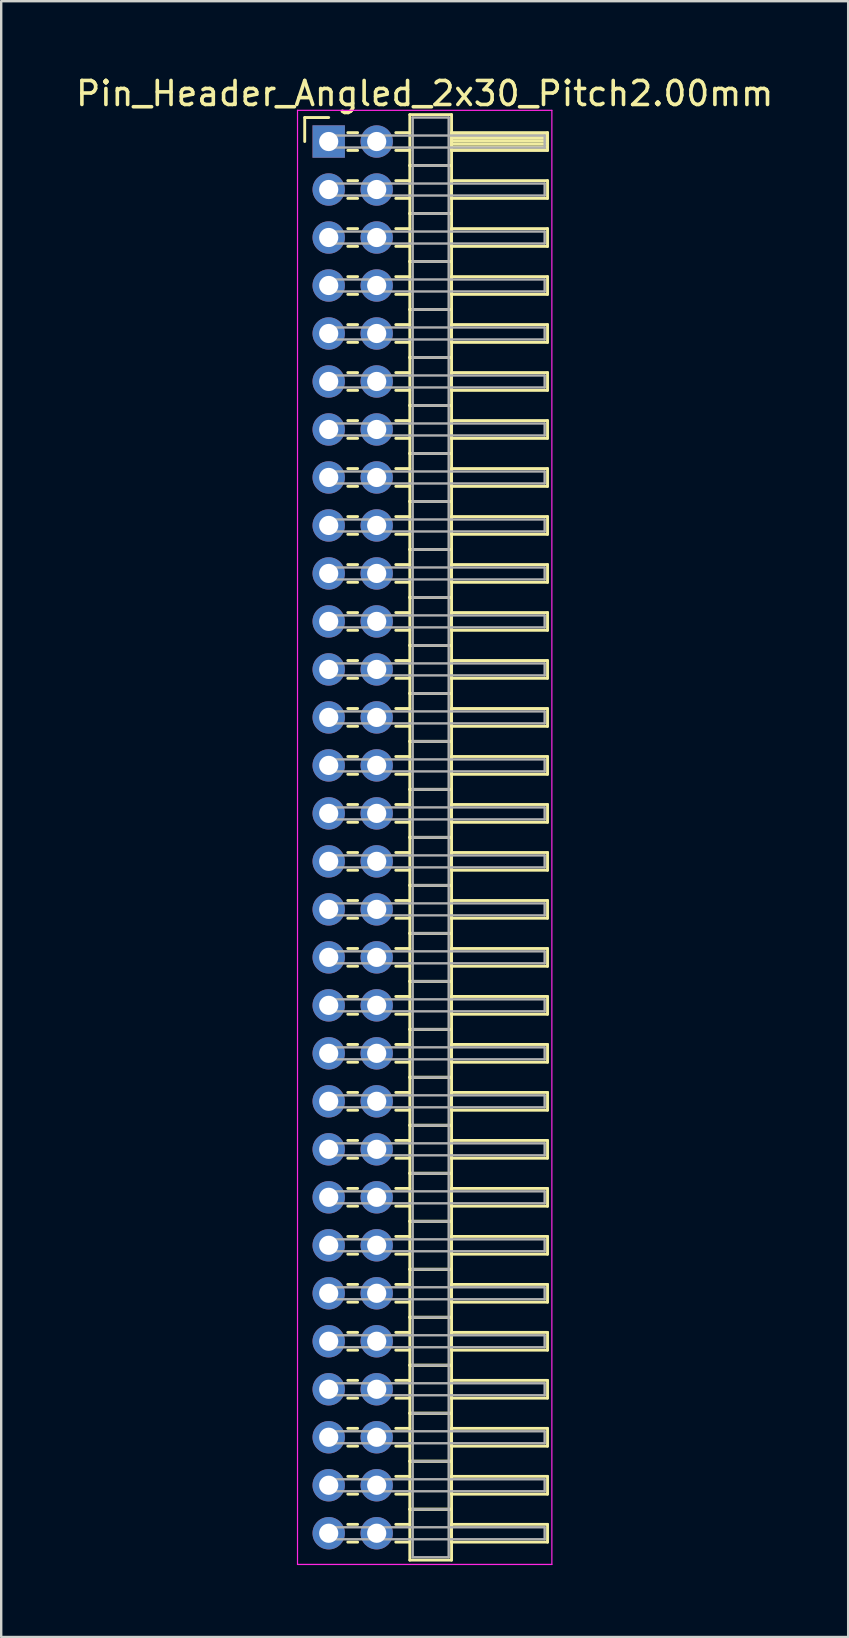
<source format=kicad_pcb>
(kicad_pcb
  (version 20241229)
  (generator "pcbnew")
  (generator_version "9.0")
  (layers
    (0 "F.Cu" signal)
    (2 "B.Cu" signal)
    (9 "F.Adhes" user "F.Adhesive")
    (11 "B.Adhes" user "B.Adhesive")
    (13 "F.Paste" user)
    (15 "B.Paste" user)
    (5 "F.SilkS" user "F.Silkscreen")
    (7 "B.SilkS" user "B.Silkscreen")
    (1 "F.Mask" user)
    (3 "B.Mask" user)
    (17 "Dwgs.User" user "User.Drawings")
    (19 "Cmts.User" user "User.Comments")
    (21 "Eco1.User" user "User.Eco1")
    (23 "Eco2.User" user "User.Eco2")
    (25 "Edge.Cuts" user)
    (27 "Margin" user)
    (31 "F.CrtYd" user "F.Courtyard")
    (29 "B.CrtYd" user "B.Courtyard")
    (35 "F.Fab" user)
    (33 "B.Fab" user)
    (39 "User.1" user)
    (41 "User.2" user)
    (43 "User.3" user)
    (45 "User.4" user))
  (footprint "Pin_Header_Angled_2x30_Pitch2.00mm"
    (layer "F.Cu")
    (at 10.649 2.848)
    (property "Reference" "Pin_Header_Angled_2x30_Pitch2.00mm" (at 4 -2 0) (layer "F.SilkS") (effects (font (size 1 1) (thickness 0.15))))
    (attr through_hole)
    (fp_line (start -1 -1) (end 0 -1) (stroke (width 0.12) (type solid)) (layer "F.SilkS"))
    (fp_line (start -1 0) (end -1 -1) (stroke (width 0.12) (type solid)) (layer "F.SilkS"))
    (fp_line (start 0.795 -0.37) (end 1.205 -0.37) (stroke (width 0.12) (type solid)) (layer "F.SilkS"))
    (fp_line (start 0.795 0.37) (end 1.205 0.37) (stroke (width 0.12) (type solid)) (layer "F.SilkS"))
    (fp_line (start 0.795 1.63) (end 1.205 1.63) (stroke (width 0.12) (type solid)) (layer "F.SilkS"))
    (fp_line (start 0.795 2.37) (end 1.205 2.37) (stroke (width 0.12) (type solid)) (layer "F.SilkS"))
    (fp_line (start 0.795 3.63) (end 1.205 3.63) (stroke (width 0.12) (type solid)) (layer "F.SilkS"))
    (fp_line (start 0.795 4.37) (end 1.205 4.37) (stroke (width 0.12) (type solid)) (layer "F.SilkS"))
    (fp_line (start 0.795 5.63) (end 1.205 5.63) (stroke (width 0.12) (type solid)) (layer "F.SilkS"))
    (fp_line (start 0.795 6.37) (end 1.205 6.37) (stroke (width 0.12) (type solid)) (layer "F.SilkS"))
    (fp_line (start 0.795 7.63) (end 1.205 7.63) (stroke (width 0.12) (type solid)) (layer "F.SilkS"))
    (fp_line (start 0.795 8.37) (end 1.205 8.37) (stroke (width 0.12) (type solid)) (layer "F.SilkS"))
    (fp_line (start 0.795 9.63) (end 1.205 9.63) (stroke (width 0.12) (type solid)) (layer "F.SilkS"))
    (fp_line (start 0.795 10.37) (end 1.205 10.37) (stroke (width 0.12) (type solid)) (layer "F.SilkS"))
    (fp_line (start 0.795 11.63) (end 1.205 11.63) (stroke (width 0.12) (type solid)) (layer "F.SilkS"))
    (fp_line (start 0.795 12.37) (end 1.205 12.37) (stroke (width 0.12) (type solid)) (layer "F.SilkS"))
    (fp_line (start 0.795 13.63) (end 1.205 13.63) (stroke (width 0.12) (type solid)) (layer "F.SilkS"))
    (fp_line (start 0.795 14.37) (end 1.205 14.37) (stroke (width 0.12) (type solid)) (layer "F.SilkS"))
    (fp_line (start 0.795 15.63) (end 1.205 15.63) (stroke (width 0.12) (type solid)) (layer "F.SilkS"))
    (fp_line (start 0.795 16.37) (end 1.205 16.37) (stroke (width 0.12) (type solid)) (layer "F.SilkS"))
    (fp_line (start 0.795 17.63) (end 1.205 17.63) (stroke (width 0.12) (type solid)) (layer "F.SilkS"))
    (fp_line (start 0.795 18.37) (end 1.205 18.37) (stroke (width 0.12) (type solid)) (layer "F.SilkS"))
    (fp_line (start 0.795 19.63) (end 1.205 19.63) (stroke (width 0.12) (type solid)) (layer "F.SilkS"))
    (fp_line (start 0.795 20.37) (end 1.205 20.37) (stroke (width 0.12) (type solid)) (layer "F.SilkS"))
    (fp_line (start 0.795 21.63) (end 1.205 21.63) (stroke (width 0.12) (type solid)) (layer "F.SilkS"))
    (fp_line (start 0.795 22.37) (end 1.205 22.37) (stroke (width 0.12) (type solid)) (layer "F.SilkS"))
    (fp_line (start 0.795 23.63) (end 1.205 23.63) (stroke (width 0.12) (type solid)) (layer "F.SilkS"))
    (fp_line (start 0.795 24.37) (end 1.205 24.37) (stroke (width 0.12) (type solid)) (layer "F.SilkS"))
    (fp_line (start 0.795 25.63) (end 1.205 25.63) (stroke (width 0.12) (type solid)) (layer "F.SilkS"))
    (fp_line (start 0.795 26.37) (end 1.205 26.37) (stroke (width 0.12) (type solid)) (layer "F.SilkS"))
    (fp_line (start 0.795 27.63) (end 1.205 27.63) (stroke (width 0.12) (type solid)) (layer "F.SilkS"))
    (fp_line (start 0.795 28.37) (end 1.205 28.37) (stroke (width 0.12) (type solid)) (layer "F.SilkS"))
    (fp_line (start 0.795 29.63) (end 1.205 29.63) (stroke (width 0.12) (type solid)) (layer "F.SilkS"))
    (fp_line (start 0.795 30.37) (end 1.205 30.37) (stroke (width 0.12) (type solid)) (layer "F.SilkS"))
    (fp_line (start 0.795 31.63) (end 1.205 31.63) (stroke (width 0.12) (type solid)) (layer "F.SilkS"))
    (fp_line (start 0.795 32.37) (end 1.205 32.37) (stroke (width 0.12) (type solid)) (layer "F.SilkS"))
    (fp_line (start 0.795 33.63) (end 1.205 33.63) (stroke (width 0.12) (type solid)) (layer "F.SilkS"))
    (fp_line (start 0.795 34.37) (end 1.205 34.37) (stroke (width 0.12) (type solid)) (layer "F.SilkS"))
    (fp_line (start 0.795 35.63) (end 1.205 35.63) (stroke (width 0.12) (type solid)) (layer "F.SilkS"))
    (fp_line (start 0.795 36.37) (end 1.205 36.37) (stroke (width 0.12) (type solid)) (layer "F.SilkS"))
    (fp_line (start 0.795 37.63) (end 1.205 37.63) (stroke (width 0.12) (type solid)) (layer "F.SilkS"))
    (fp_line (start 0.795 38.37) (end 1.205 38.37) (stroke (width 0.12) (type solid)) (layer "F.SilkS"))
    (fp_line (start 0.795 39.63) (end 1.205 39.63) (stroke (width 0.12) (type solid)) (layer "F.SilkS"))
    (fp_line (start 0.795 40.37) (end 1.205 40.37) (stroke (width 0.12) (type solid)) (layer "F.SilkS"))
    (fp_line (start 0.795 41.63) (end 1.205 41.63) (stroke (width 0.12) (type solid)) (layer "F.SilkS"))
    (fp_line (start 0.795 42.37) (end 1.205 42.37) (stroke (width 0.12) (type solid)) (layer "F.SilkS"))
    (fp_line (start 0.795 43.63) (end 1.205 43.63) (stroke (width 0.12) (type solid)) (layer "F.SilkS"))
    (fp_line (start 0.795 44.37) (end 1.205 44.37) (stroke (width 0.12) (type solid)) (layer "F.SilkS"))
    (fp_line (start 0.795 45.63) (end 1.205 45.63) (stroke (width 0.12) (type solid)) (layer "F.SilkS"))
    (fp_line (start 0.795 46.37) (end 1.205 46.37) (stroke (width 0.12) (type solid)) (layer "F.SilkS"))
    (fp_line (start 0.795 47.63) (end 1.205 47.63) (stroke (width 0.12) (type solid)) (layer "F.SilkS"))
    (fp_line (start 0.795 48.37) (end 1.205 48.37) (stroke (width 0.12) (type solid)) (layer "F.SilkS"))
    (fp_line (start 0.795 49.63) (end 1.205 49.63) (stroke (width 0.12) (type solid)) (layer "F.SilkS"))
    (fp_line (start 0.795 50.37) (end 1.205 50.37) (stroke (width 0.12) (type solid)) (layer "F.SilkS"))
    (fp_line (start 0.795 51.63) (end 1.205 51.63) (stroke (width 0.12) (type solid)) (layer "F.SilkS"))
    (fp_line (start 0.795 52.37) (end 1.205 52.37) (stroke (width 0.12) (type solid)) (layer "F.SilkS"))
    (fp_line (start 0.795 53.63) (end 1.205 53.63) (stroke (width 0.12) (type solid)) (layer "F.SilkS"))
    (fp_line (start 0.795 54.37) (end 1.205 54.37) (stroke (width 0.12) (type solid)) (layer "F.SilkS"))
    (fp_line (start 0.795 55.63) (end 1.205 55.63) (stroke (width 0.12) (type solid)) (layer "F.SilkS"))
    (fp_line (start 0.795 56.37) (end 1.205 56.37) (stroke (width 0.12) (type solid)) (layer "F.SilkS"))
    (fp_line (start 0.795 57.63) (end 1.205 57.63) (stroke (width 0.12) (type solid)) (layer "F.SilkS"))
    (fp_line (start 0.795 58.37) (end 1.205 58.37) (stroke (width 0.12) (type solid)) (layer "F.SilkS"))
    (fp_line (start 2.795 -0.37) (end 3.38 -0.37) (stroke (width 0.12) (type solid)) (layer "F.SilkS"))
    (fp_line (start 2.795 0.37) (end 3.38 0.37) (stroke (width 0.12) (type solid)) (layer "F.SilkS"))
    (fp_line (start 2.795 1.63) (end 3.38 1.63) (stroke (width 0.12) (type solid)) (layer "F.SilkS"))
    (fp_line (start 2.795 2.37) (end 3.38 2.37) (stroke (width 0.12) (type solid)) (layer "F.SilkS"))
    (fp_line (start 2.795 3.63) (end 3.38 3.63) (stroke (width 0.12) (type solid)) (layer "F.SilkS"))
    (fp_line (start 2.795 4.37) (end 3.38 4.37) (stroke (width 0.12) (type solid)) (layer "F.SilkS"))
    (fp_line (start 2.795 5.63) (end 3.38 5.63) (stroke (width 0.12) (type solid)) (layer "F.SilkS"))
    (fp_line (start 2.795 6.37) (end 3.38 6.37) (stroke (width 0.12) (type solid)) (layer "F.SilkS"))
    (fp_line (start 2.795 7.63) (end 3.38 7.63) (stroke (width 0.12) (type solid)) (layer "F.SilkS"))
    (fp_line (start 2.795 8.37) (end 3.38 8.37) (stroke (width 0.12) (type solid)) (layer "F.SilkS"))
    (fp_line (start 2.795 9.63) (end 3.38 9.63) (stroke (width 0.12) (type solid)) (layer "F.SilkS"))
    (fp_line (start 2.795 10.37) (end 3.38 10.37) (stroke (width 0.12) (type solid)) (layer "F.SilkS"))
    (fp_line (start 2.795 11.63) (end 3.38 11.63) (stroke (width 0.12) (type solid)) (layer "F.SilkS"))
    (fp_line (start 2.795 12.37) (end 3.38 12.37) (stroke (width 0.12) (type solid)) (layer "F.SilkS"))
    (fp_line (start 2.795 13.63) (end 3.38 13.63) (stroke (width 0.12) (type solid)) (layer "F.SilkS"))
    (fp_line (start 2.795 14.37) (end 3.38 14.37) (stroke (width 0.12) (type solid)) (layer "F.SilkS"))
    (fp_line (start 2.795 15.63) (end 3.38 15.63) (stroke (width 0.12) (type solid)) (layer "F.SilkS"))
    (fp_line (start 2.795 16.37) (end 3.38 16.37) (stroke (width 0.12) (type solid)) (layer "F.SilkS"))
    (fp_line (start 2.795 17.63) (end 3.38 17.63) (stroke (width 0.12) (type solid)) (layer "F.SilkS"))
    (fp_line (start 2.795 18.37) (end 3.38 18.37) (stroke (width 0.12) (type solid)) (layer "F.SilkS"))
    (fp_line (start 2.795 19.63) (end 3.38 19.63) (stroke (width 0.12) (type solid)) (layer "F.SilkS"))
    (fp_line (start 2.795 20.37) (end 3.38 20.37) (stroke (width 0.12) (type solid)) (layer "F.SilkS"))
    (fp_line (start 2.795 21.63) (end 3.38 21.63) (stroke (width 0.12) (type solid)) (layer "F.SilkS"))
    (fp_line (start 2.795 22.37) (end 3.38 22.37) (stroke (width 0.12) (type solid)) (layer "F.SilkS"))
    (fp_line (start 2.795 23.63) (end 3.38 23.63) (stroke (width 0.12) (type solid)) (layer "F.SilkS"))
    (fp_line (start 2.795 24.37) (end 3.38 24.37) (stroke (width 0.12) (type solid)) (layer "F.SilkS"))
    (fp_line (start 2.795 25.63) (end 3.38 25.63) (stroke (width 0.12) (type solid)) (layer "F.SilkS"))
    (fp_line (start 2.795 26.37) (end 3.38 26.37) (stroke (width 0.12) (type solid)) (layer "F.SilkS"))
    (fp_line (start 2.795 27.63) (end 3.38 27.63) (stroke (width 0.12) (type solid)) (layer "F.SilkS"))
    (fp_line (start 2.795 28.37) (end 3.38 28.37) (stroke (width 0.12) (type solid)) (layer "F.SilkS"))
    (fp_line (start 2.795 29.63) (end 3.38 29.63) (stroke (width 0.12) (type solid)) (layer "F.SilkS"))
    (fp_line (start 2.795 30.37) (end 3.38 30.37) (stroke (width 0.12) (type solid)) (layer "F.SilkS"))
    (fp_line (start 2.795 31.63) (end 3.38 31.63) (stroke (width 0.12) (type solid)) (layer "F.SilkS"))
    (fp_line (start 2.795 32.37) (end 3.38 32.37) (stroke (width 0.12) (type solid)) (layer "F.SilkS"))
    (fp_line (start 2.795 33.63) (end 3.38 33.63) (stroke (width 0.12) (type solid)) (layer "F.SilkS"))
    (fp_line (start 2.795 34.37) (end 3.38 34.37) (stroke (width 0.12) (type solid)) (layer "F.SilkS"))
    (fp_line (start 2.795 35.63) (end 3.38 35.63) (stroke (width 0.12) (type solid)) (layer "F.SilkS"))
    (fp_line (start 2.795 36.37) (end 3.38 36.37) (stroke (width 0.12) (type solid)) (layer "F.SilkS"))
    (fp_line (start 2.795 37.63) (end 3.38 37.63) (stroke (width 0.12) (type solid)) (layer "F.SilkS"))
    (fp_line (start 2.795 38.37) (end 3.38 38.37) (stroke (width 0.12) (type solid)) (layer "F.SilkS"))
    (fp_line (start 2.795 39.63) (end 3.38 39.63) (stroke (width 0.12) (type solid)) (layer "F.SilkS"))
    (fp_line (start 2.795 40.37) (end 3.38 40.37) (stroke (width 0.12) (type solid)) (layer "F.SilkS"))
    (fp_line (start 2.795 41.63) (end 3.38 41.63) (stroke (width 0.12) (type solid)) (layer "F.SilkS"))
    (fp_line (start 2.795 42.37) (end 3.38 42.37) (stroke (width 0.12) (type solid)) (layer "F.SilkS"))
    (fp_line (start 2.795 43.63) (end 3.38 43.63) (stroke (width 0.12) (type solid)) (layer "F.SilkS"))
    (fp_line (start 2.795 44.37) (end 3.38 44.37) (stroke (width 0.12) (type solid)) (layer "F.SilkS"))
    (fp_line (start 2.795 45.63) (end 3.38 45.63) (stroke (width 0.12) (type solid)) (layer "F.SilkS"))
    (fp_line (start 2.795 46.37) (end 3.38 46.37) (stroke (width 0.12) (type solid)) (layer "F.SilkS"))
    (fp_line (start 2.795 47.63) (end 3.38 47.63) (stroke (width 0.12) (type solid)) (layer "F.SilkS"))
    (fp_line (start 2.795 48.37) (end 3.38 48.37) (stroke (width 0.12) (type solid)) (layer "F.SilkS"))
    (fp_line (start 2.795 49.63) (end 3.38 49.63) (stroke (width 0.12) (type solid)) (layer "F.SilkS"))
    (fp_line (start 2.795 50.37) (end 3.38 50.37) (stroke (width 0.12) (type solid)) (layer "F.SilkS"))
    (fp_line (start 2.795 51.63) (end 3.38 51.63) (stroke (width 0.12) (type solid)) (layer "F.SilkS"))
    (fp_line (start 2.795 52.37) (end 3.38 52.37) (stroke (width 0.12) (type solid)) (layer "F.SilkS"))
    (fp_line (start 2.795 53.63) (end 3.38 53.63) (stroke (width 0.12) (type solid)) (layer "F.SilkS"))
    (fp_line (start 2.795 54.37) (end 3.38 54.37) (stroke (width 0.12) (type solid)) (layer "F.SilkS"))
    (fp_line (start 2.795 55.63) (end 3.38 55.63) (stroke (width 0.12) (type solid)) (layer "F.SilkS"))
    (fp_line (start 2.795 56.37) (end 3.38 56.37) (stroke (width 0.12) (type solid)) (layer "F.SilkS"))
    (fp_line (start 2.795 57.63) (end 3.38 57.63) (stroke (width 0.12) (type solid)) (layer "F.SilkS"))
    (fp_line (start 2.795 58.37) (end 3.38 58.37) (stroke (width 0.12) (type solid)) (layer "F.SilkS"))
    (fp_line (start 3.38 -1.12) (end 3.38 1) (stroke (width 0.12) (type solid)) (layer "F.SilkS"))
    (fp_line (start 3.38 1) (end 3.38 3) (stroke (width 0.12) (type solid)) (layer "F.SilkS"))
    (fp_line (start 3.38 1) (end 5.12 1) (stroke (width 0.12) (type solid)) (layer "F.SilkS"))
    (fp_line (start 3.38 3) (end 3.38 5) (stroke (width 0.12) (type solid)) (layer "F.SilkS"))
    (fp_line (start 3.38 3) (end 5.12 3) (stroke (width 0.12) (type solid)) (layer "F.SilkS"))
    (fp_line (start 3.38 5) (end 3.38 7) (stroke (width 0.12) (type solid)) (layer "F.SilkS"))
    (fp_line (start 3.38 5) (end 5.12 5) (stroke (width 0.12) (type solid)) (layer "F.SilkS"))
    (fp_line (start 3.38 7) (end 3.38 9) (stroke (width 0.12) (type solid)) (layer "F.SilkS"))
    (fp_line (start 3.38 7) (end 5.12 7) (stroke (width 0.12) (type solid)) (layer "F.SilkS"))
    (fp_line (start 3.38 9) (end 3.38 11) (stroke (width 0.12) (type solid)) (layer "F.SilkS"))
    (fp_line (start 3.38 9) (end 5.12 9) (stroke (width 0.12) (type solid)) (layer "F.SilkS"))
    (fp_line (start 3.38 11) (end 3.38 13) (stroke (width 0.12) (type solid)) (layer "F.SilkS"))
    (fp_line (start 3.38 11) (end 5.12 11) (stroke (width 0.12) (type solid)) (layer "F.SilkS"))
    (fp_line (start 3.38 13) (end 3.38 15) (stroke (width 0.12) (type solid)) (layer "F.SilkS"))
    (fp_line (start 3.38 13) (end 5.12 13) (stroke (width 0.12) (type solid)) (layer "F.SilkS"))
    (fp_line (start 3.38 15) (end 3.38 17) (stroke (width 0.12) (type solid)) (layer "F.SilkS"))
    (fp_line (start 3.38 15) (end 5.12 15) (stroke (width 0.12) (type solid)) (layer "F.SilkS"))
    (fp_line (start 3.38 17) (end 3.38 19) (stroke (width 0.12) (type solid)) (layer "F.SilkS"))
    (fp_line (start 3.38 17) (end 5.12 17) (stroke (width 0.12) (type solid)) (layer "F.SilkS"))
    (fp_line (start 3.38 19) (end 3.38 21) (stroke (width 0.12) (type solid)) (layer "F.SilkS"))
    (fp_line (start 3.38 19) (end 5.12 19) (stroke (width 0.12) (type solid)) (layer "F.SilkS"))
    (fp_line (start 3.38 21) (end 3.38 23) (stroke (width 0.12) (type solid)) (layer "F.SilkS"))
    (fp_line (start 3.38 21) (end 5.12 21) (stroke (width 0.12) (type solid)) (layer "F.SilkS"))
    (fp_line (start 3.38 23) (end 3.38 25) (stroke (width 0.12) (type solid)) (layer "F.SilkS"))
    (fp_line (start 3.38 23) (end 5.12 23) (stroke (width 0.12) (type solid)) (layer "F.SilkS"))
    (fp_line (start 3.38 25) (end 3.38 27) (stroke (width 0.12) (type solid)) (layer "F.SilkS"))
    (fp_line (start 3.38 25) (end 5.12 25) (stroke (width 0.12) (type solid)) (layer "F.SilkS"))
    (fp_line (start 3.38 27) (end 3.38 29) (stroke (width 0.12) (type solid)) (layer "F.SilkS"))
    (fp_line (start 3.38 27) (end 5.12 27) (stroke (width 0.12) (type solid)) (layer "F.SilkS"))
    (fp_line (start 3.38 29) (end 3.38 31) (stroke (width 0.12) (type solid)) (layer "F.SilkS"))
    (fp_line (start 3.38 29) (end 5.12 29) (stroke (width 0.12) (type solid)) (layer "F.SilkS"))
    (fp_line (start 3.38 31) (end 3.38 33) (stroke (width 0.12) (type solid)) (layer "F.SilkS"))
    (fp_line (start 3.38 31) (end 5.12 31) (stroke (width 0.12) (type solid)) (layer "F.SilkS"))
    (fp_line (start 3.38 33) (end 3.38 35) (stroke (width 0.12) (type solid)) (layer "F.SilkS"))
    (fp_line (start 3.38 33) (end 5.12 33) (stroke (width 0.12) (type solid)) (layer "F.SilkS"))
    (fp_line (start 3.38 35) (end 3.38 37) (stroke (width 0.12) (type solid)) (layer "F.SilkS"))
    (fp_line (start 3.38 35) (end 5.12 35) (stroke (width 0.12) (type solid)) (layer "F.SilkS"))
    (fp_line (start 3.38 37) (end 3.38 39) (stroke (width 0.12) (type solid)) (layer "F.SilkS"))
    (fp_line (start 3.38 37) (end 5.12 37) (stroke (width 0.12) (type solid)) (layer "F.SilkS"))
    (fp_line (start 3.38 39) (end 3.38 41) (stroke (width 0.12) (type solid)) (layer "F.SilkS"))
    (fp_line (start 3.38 39) (end 5.12 39) (stroke (width 0.12) (type solid)) (layer "F.SilkS"))
    (fp_line (start 3.38 41) (end 3.38 43) (stroke (width 0.12) (type solid)) (layer "F.SilkS"))
    (fp_line (start 3.38 41) (end 5.12 41) (stroke (width 0.12) (type solid)) (layer "F.SilkS"))
    (fp_line (start 3.38 43) (end 3.38 45) (stroke (width 0.12) (type solid)) (layer "F.SilkS"))
    (fp_line (start 3.38 43) (end 5.12 43) (stroke (width 0.12) (type solid)) (layer "F.SilkS"))
    (fp_line (start 3.38 45) (end 3.38 47) (stroke (width 0.12) (type solid)) (layer "F.SilkS"))
    (fp_line (start 3.38 45) (end 5.12 45) (stroke (width 0.12) (type solid)) (layer "F.SilkS"))
    (fp_line (start 3.38 47) (end 3.38 49) (stroke (width 0.12) (type solid)) (layer "F.SilkS"))
    (fp_line (start 3.38 47) (end 5.12 47) (stroke (width 0.12) (type solid)) (layer "F.SilkS"))
    (fp_line (start 3.38 49) (end 3.38 51) (stroke (width 0.12) (type solid)) (layer "F.SilkS"))
    (fp_line (start 3.38 49) (end 5.12 49) (stroke (width 0.12) (type solid)) (layer "F.SilkS"))
    (fp_line (start 3.38 51) (end 3.38 53) (stroke (width 0.12) (type solid)) (layer "F.SilkS"))
    (fp_line (start 3.38 51) (end 5.12 51) (stroke (width 0.12) (type solid)) (layer "F.SilkS"))
    (fp_line (start 3.38 53) (end 3.38 55) (stroke (width 0.12) (type solid)) (layer "F.SilkS"))
    (fp_line (start 3.38 53) (end 5.12 53) (stroke (width 0.12) (type solid)) (layer "F.SilkS"))
    (fp_line (start 3.38 55) (end 3.38 57) (stroke (width 0.12) (type solid)) (layer "F.SilkS"))
    (fp_line (start 3.38 55) (end 5.12 55) (stroke (width 0.12) (type solid)) (layer "F.SilkS"))
    (fp_line (start 3.38 57) (end 3.38 59.12) (stroke (width 0.12) (type solid)) (layer "F.SilkS"))
    (fp_line (start 3.38 57) (end 5.12 57) (stroke (width 0.12) (type solid)) (layer "F.SilkS"))
    (fp_line (start 3.38 59.12) (end 5.12 59.12) (stroke (width 0.12) (type solid)) (layer "F.SilkS"))
    (fp_line (start 5.12 -1.12) (end 3.38 -1.12) (stroke (width 0.12) (type solid)) (layer "F.SilkS"))
    (fp_line (start 5.12 -0.37) (end 5.12 0.37) (stroke (width 0.12) (type solid)) (layer "F.SilkS"))
    (fp_line (start 5.12 -0.25) (end 9.12 -0.25) (stroke (width 0.12) (type solid)) (layer "F.SilkS"))
    (fp_line (start 5.12 -0.13) (end 9.12 -0.13) (stroke (width 0.12) (type solid)) (layer "F.SilkS"))
    (fp_line (start 5.12 -0.01) (end 9.12 -0.01) (stroke (width 0.12) (type solid)) (layer "F.SilkS"))
    (fp_line (start 5.12 0.11) (end 9.12 0.11) (stroke (width 0.12) (type solid)) (layer "F.SilkS"))
    (fp_line (start 5.12 0.23) (end 9.12 0.23) (stroke (width 0.12) (type solid)) (layer "F.SilkS"))
    (fp_line (start 5.12 0.35) (end 9.12 0.35) (stroke (width 0.12) (type solid)) (layer "F.SilkS"))
    (fp_line (start 5.12 0.37) (end 9.12 0.37) (stroke (width 0.12) (type solid)) (layer "F.SilkS"))
    (fp_line (start 5.12 1) (end 3.38 1) (stroke (width 0.12) (type solid)) (layer "F.SilkS"))
    (fp_line (start 5.12 1) (end 5.12 -1.12) (stroke (width 0.12) (type solid)) (layer "F.SilkS"))
    (fp_line (start 5.12 1.63) (end 5.12 2.37) (stroke (width 0.12) (type solid)) (layer "F.SilkS"))
    (fp_line (start 5.12 2.37) (end 9.12 2.37) (stroke (width 0.12) (type solid)) (layer "F.SilkS"))
    (fp_line (start 5.12 3) (end 3.38 3) (stroke (width 0.12) (type solid)) (layer "F.SilkS"))
    (fp_line (start 5.12 3) (end 5.12 1) (stroke (width 0.12) (type solid)) (layer "F.SilkS"))
    (fp_line (start 5.12 3.63) (end 5.12 4.37) (stroke (width 0.12) (type solid)) (layer "F.SilkS"))
    (fp_line (start 5.12 4.37) (end 9.12 4.37) (stroke (width 0.12) (type solid)) (layer "F.SilkS"))
    (fp_line (start 5.12 5) (end 3.38 5) (stroke (width 0.12) (type solid)) (layer "F.SilkS"))
    (fp_line (start 5.12 5) (end 5.12 3) (stroke (width 0.12) (type solid)) (layer "F.SilkS"))
    (fp_line (start 5.12 5.63) (end 5.12 6.37) (stroke (width 0.12) (type solid)) (layer "F.SilkS"))
    (fp_line (start 5.12 6.37) (end 9.12 6.37) (stroke (width 0.12) (type solid)) (layer "F.SilkS"))
    (fp_line (start 5.12 7) (end 3.38 7) (stroke (width 0.12) (type solid)) (layer "F.SilkS"))
    (fp_line (start 5.12 7) (end 5.12 5) (stroke (width 0.12) (type solid)) (layer "F.SilkS"))
    (fp_line (start 5.12 7.63) (end 5.12 8.37) (stroke (width 0.12) (type solid)) (layer "F.SilkS"))
    (fp_line (start 5.12 8.37) (end 9.12 8.37) (stroke (width 0.12) (type solid)) (layer "F.SilkS"))
    (fp_line (start 5.12 9) (end 3.38 9) (stroke (width 0.12) (type solid)) (layer "F.SilkS"))
    (fp_line (start 5.12 9) (end 5.12 7) (stroke (width 0.12) (type solid)) (layer "F.SilkS"))
    (fp_line (start 5.12 9.63) (end 5.12 10.37) (stroke (width 0.12) (type solid)) (layer "F.SilkS"))
    (fp_line (start 5.12 10.37) (end 9.12 10.37) (stroke (width 0.12) (type solid)) (layer "F.SilkS"))
    (fp_line (start 5.12 11) (end 3.38 11) (stroke (width 0.12) (type solid)) (layer "F.SilkS"))
    (fp_line (start 5.12 11) (end 5.12 9) (stroke (width 0.12) (type solid)) (layer "F.SilkS"))
    (fp_line (start 5.12 11.63) (end 5.12 12.37) (stroke (width 0.12) (type solid)) (layer "F.SilkS"))
    (fp_line (start 5.12 12.37) (end 9.12 12.37) (stroke (width 0.12) (type solid)) (layer "F.SilkS"))
    (fp_line (start 5.12 13) (end 3.38 13) (stroke (width 0.12) (type solid)) (layer "F.SilkS"))
    (fp_line (start 5.12 13) (end 5.12 11) (stroke (width 0.12) (type solid)) (layer "F.SilkS"))
    (fp_line (start 5.12 13.63) (end 5.12 14.37) (stroke (width 0.12) (type solid)) (layer "F.SilkS"))
    (fp_line (start 5.12 14.37) (end 9.12 14.37) (stroke (width 0.12) (type solid)) (layer "F.SilkS"))
    (fp_line (start 5.12 15) (end 3.38 15) (stroke (width 0.12) (type solid)) (layer "F.SilkS"))
    (fp_line (start 5.12 15) (end 5.12 13) (stroke (width 0.12) (type solid)) (layer "F.SilkS"))
    (fp_line (start 5.12 15.63) (end 5.12 16.37) (stroke (width 0.12) (type solid)) (layer "F.SilkS"))
    (fp_line (start 5.12 16.37) (end 9.12 16.37) (stroke (width 0.12) (type solid)) (layer "F.SilkS"))
    (fp_line (start 5.12 17) (end 3.38 17) (stroke (width 0.12) (type solid)) (layer "F.SilkS"))
    (fp_line (start 5.12 17) (end 5.12 15) (stroke (width 0.12) (type solid)) (layer "F.SilkS"))
    (fp_line (start 5.12 17.63) (end 5.12 18.37) (stroke (width 0.12) (type solid)) (layer "F.SilkS"))
    (fp_line (start 5.12 18.37) (end 9.12 18.37) (stroke (width 0.12) (type solid)) (layer "F.SilkS"))
    (fp_line (start 5.12 19) (end 3.38 19) (stroke (width 0.12) (type solid)) (layer "F.SilkS"))
    (fp_line (start 5.12 19) (end 5.12 17) (stroke (width 0.12) (type solid)) (layer "F.SilkS"))
    (fp_line (start 5.12 19.63) (end 5.12 20.37) (stroke (width 0.12) (type solid)) (layer "F.SilkS"))
    (fp_line (start 5.12 20.37) (end 9.12 20.37) (stroke (width 0.12) (type solid)) (layer "F.SilkS"))
    (fp_line (start 5.12 21) (end 3.38 21) (stroke (width 0.12) (type solid)) (layer "F.SilkS"))
    (fp_line (start 5.12 21) (end 5.12 19) (stroke (width 0.12) (type solid)) (layer "F.SilkS"))
    (fp_line (start 5.12 21.63) (end 5.12 22.37) (stroke (width 0.12) (type solid)) (layer "F.SilkS"))
    (fp_line (start 5.12 22.37) (end 9.12 22.37) (stroke (width 0.12) (type solid)) (layer "F.SilkS"))
    (fp_line (start 5.12 23) (end 3.38 23) (stroke (width 0.12) (type solid)) (layer "F.SilkS"))
    (fp_line (start 5.12 23) (end 5.12 21) (stroke (width 0.12) (type solid)) (layer "F.SilkS"))
    (fp_line (start 5.12 23.63) (end 5.12 24.37) (stroke (width 0.12) (type solid)) (layer "F.SilkS"))
    (fp_line (start 5.12 24.37) (end 9.12 24.37) (stroke (width 0.12) (type solid)) (layer "F.SilkS"))
    (fp_line (start 5.12 25) (end 3.38 25) (stroke (width 0.12) (type solid)) (layer "F.SilkS"))
    (fp_line (start 5.12 25) (end 5.12 23) (stroke (width 0.12) (type solid)) (layer "F.SilkS"))
    (fp_line (start 5.12 25.63) (end 5.12 26.37) (stroke (width 0.12) (type solid)) (layer "F.SilkS"))
    (fp_line (start 5.12 26.37) (end 9.12 26.37) (stroke (width 0.12) (type solid)) (layer "F.SilkS"))
    (fp_line (start 5.12 27) (end 3.38 27) (stroke (width 0.12) (type solid)) (layer "F.SilkS"))
    (fp_line (start 5.12 27) (end 5.12 25) (stroke (width 0.12) (type solid)) (layer "F.SilkS"))
    (fp_line (start 5.12 27.63) (end 5.12 28.37) (stroke (width 0.12) (type solid)) (layer "F.SilkS"))
    (fp_line (start 5.12 28.37) (end 9.12 28.37) (stroke (width 0.12) (type solid)) (layer "F.SilkS"))
    (fp_line (start 5.12 29) (end 3.38 29) (stroke (width 0.12) (type solid)) (layer "F.SilkS"))
    (fp_line (start 5.12 29) (end 5.12 27) (stroke (width 0.12) (type solid)) (layer "F.SilkS"))
    (fp_line (start 5.12 29.63) (end 5.12 30.37) (stroke (width 0.12) (type solid)) (layer "F.SilkS"))
    (fp_line (start 5.12 30.37) (end 9.12 30.37) (stroke (width 0.12) (type solid)) (layer "F.SilkS"))
    (fp_line (start 5.12 31) (end 3.38 31) (stroke (width 0.12) (type solid)) (layer "F.SilkS"))
    (fp_line (start 5.12 31) (end 5.12 29) (stroke (width 0.12) (type solid)) (layer "F.SilkS"))
    (fp_line (start 5.12 31.63) (end 5.12 32.37) (stroke (width 0.12) (type solid)) (layer "F.SilkS"))
    (fp_line (start 5.12 32.37) (end 9.12 32.37) (stroke (width 0.12) (type solid)) (layer "F.SilkS"))
    (fp_line (start 5.12 33) (end 3.38 33) (stroke (width 0.12) (type solid)) (layer "F.SilkS"))
    (fp_line (start 5.12 33) (end 5.12 31) (stroke (width 0.12) (type solid)) (layer "F.SilkS"))
    (fp_line (start 5.12 33.63) (end 5.12 34.37) (stroke (width 0.12) (type solid)) (layer "F.SilkS"))
    (fp_line (start 5.12 34.37) (end 9.12 34.37) (stroke (width 0.12) (type solid)) (layer "F.SilkS"))
    (fp_line (start 5.12 35) (end 3.38 35) (stroke (width 0.12) (type solid)) (layer "F.SilkS"))
    (fp_line (start 5.12 35) (end 5.12 33) (stroke (width 0.12) (type solid)) (layer "F.SilkS"))
    (fp_line (start 5.12 35.63) (end 5.12 36.37) (stroke (width 0.12) (type solid)) (layer "F.SilkS"))
    (fp_line (start 5.12 36.37) (end 9.12 36.37) (stroke (width 0.12) (type solid)) (layer "F.SilkS"))
    (fp_line (start 5.12 37) (end 3.38 37) (stroke (width 0.12) (type solid)) (layer "F.SilkS"))
    (fp_line (start 5.12 37) (end 5.12 35) (stroke (width 0.12) (type solid)) (layer "F.SilkS"))
    (fp_line (start 5.12 37.63) (end 5.12 38.37) (stroke (width 0.12) (type solid)) (layer "F.SilkS"))
    (fp_line (start 5.12 38.37) (end 9.12 38.37) (stroke (width 0.12) (type solid)) (layer "F.SilkS"))
    (fp_line (start 5.12 39) (end 3.38 39) (stroke (width 0.12) (type solid)) (layer "F.SilkS"))
    (fp_line (start 5.12 39) (end 5.12 37) (stroke (width 0.12) (type solid)) (layer "F.SilkS"))
    (fp_line (start 5.12 39.63) (end 5.12 40.37) (stroke (width 0.12) (type solid)) (layer "F.SilkS"))
    (fp_line (start 5.12 40.37) (end 9.12 40.37) (stroke (width 0.12) (type solid)) (layer "F.SilkS"))
    (fp_line (start 5.12 41) (end 3.38 41) (stroke (width 0.12) (type solid)) (layer "F.SilkS"))
    (fp_line (start 5.12 41) (end 5.12 39) (stroke (width 0.12) (type solid)) (layer "F.SilkS"))
    (fp_line (start 5.12 41.63) (end 5.12 42.37) (stroke (width 0.12) (type solid)) (layer "F.SilkS"))
    (fp_line (start 5.12 42.37) (end 9.12 42.37) (stroke (width 0.12) (type solid)) (layer "F.SilkS"))
    (fp_line (start 5.12 43) (end 3.38 43) (stroke (width 0.12) (type solid)) (layer "F.SilkS"))
    (fp_line (start 5.12 43) (end 5.12 41) (stroke (width 0.12) (type solid)) (layer "F.SilkS"))
    (fp_line (start 5.12 43.63) (end 5.12 44.37) (stroke (width 0.12) (type solid)) (layer "F.SilkS"))
    (fp_line (start 5.12 44.37) (end 9.12 44.37) (stroke (width 0.12) (type solid)) (layer "F.SilkS"))
    (fp_line (start 5.12 45) (end 3.38 45) (stroke (width 0.12) (type solid)) (layer "F.SilkS"))
    (fp_line (start 5.12 45) (end 5.12 43) (stroke (width 0.12) (type solid)) (layer "F.SilkS"))
    (fp_line (start 5.12 45.63) (end 5.12 46.37) (stroke (width 0.12) (type solid)) (layer "F.SilkS"))
    (fp_line (start 5.12 46.37) (end 9.12 46.37) (stroke (width 0.12) (type solid)) (layer "F.SilkS"))
    (fp_line (start 5.12 47) (end 3.38 47) (stroke (width 0.12) (type solid)) (layer "F.SilkS"))
    (fp_line (start 5.12 47) (end 5.12 45) (stroke (width 0.12) (type solid)) (layer "F.SilkS"))
    (fp_line (start 5.12 47.63) (end 5.12 48.37) (stroke (width 0.12) (type solid)) (layer "F.SilkS"))
    (fp_line (start 5.12 48.37) (end 9.12 48.37) (stroke (width 0.12) (type solid)) (layer "F.SilkS"))
    (fp_line (start 5.12 49) (end 3.38 49) (stroke (width 0.12) (type solid)) (layer "F.SilkS"))
    (fp_line (start 5.12 49) (end 5.12 47) (stroke (width 0.12) (type solid)) (layer "F.SilkS"))
    (fp_line (start 5.12 49.63) (end 5.12 50.37) (stroke (width 0.12) (type solid)) (layer "F.SilkS"))
    (fp_line (start 5.12 50.37) (end 9.12 50.37) (stroke (width 0.12) (type solid)) (layer "F.SilkS"))
    (fp_line (start 5.12 51) (end 3.38 51) (stroke (width 0.12) (type solid)) (layer "F.SilkS"))
    (fp_line (start 5.12 51) (end 5.12 49) (stroke (width 0.12) (type solid)) (layer "F.SilkS"))
    (fp_line (start 5.12 51.63) (end 5.12 52.37) (stroke (width 0.12) (type solid)) (layer "F.SilkS"))
    (fp_line (start 5.12 52.37) (end 9.12 52.37) (stroke (width 0.12) (type solid)) (layer "F.SilkS"))
    (fp_line (start 5.12 53) (end 3.38 53) (stroke (width 0.12) (type solid)) (layer "F.SilkS"))
    (fp_line (start 5.12 53) (end 5.12 51) (stroke (width 0.12) (type solid)) (layer "F.SilkS"))
    (fp_line (start 5.12 53.63) (end 5.12 54.37) (stroke (width 0.12) (type solid)) (layer "F.SilkS"))
    (fp_line (start 5.12 54.37) (end 9.12 54.37) (stroke (width 0.12) (type solid)) (layer "F.SilkS"))
    (fp_line (start 5.12 55) (end 3.38 55) (stroke (width 0.12) (type solid)) (layer "F.SilkS"))
    (fp_line (start 5.12 55) (end 5.12 53) (stroke (width 0.12) (type solid)) (layer "F.SilkS"))
    (fp_line (start 5.12 55.63) (end 5.12 56.37) (stroke (width 0.12) (type solid)) (layer "F.SilkS"))
    (fp_line (start 5.12 56.37) (end 9.12 56.37) (stroke (width 0.12) (type solid)) (layer "F.SilkS"))
    (fp_line (start 5.12 57) (end 3.38 57) (stroke (width 0.12) (type solid)) (layer "F.SilkS"))
    (fp_line (start 5.12 57) (end 5.12 55) (stroke (width 0.12) (type solid)) (layer "F.SilkS"))
    (fp_line (start 5.12 57.63) (end 5.12 58.37) (stroke (width 0.12) (type solid)) (layer "F.SilkS"))
    (fp_line (start 5.12 58.37) (end 9.12 58.37) (stroke (width 0.12) (type solid)) (layer "F.SilkS"))
    (fp_line (start 5.12 59.12) (end 5.12 57) (stroke (width 0.12) (type solid)) (layer "F.SilkS"))
    (fp_line (start 9.12 -0.37) (end 5.12 -0.37) (stroke (width 0.12) (type solid)) (layer "F.SilkS"))
    (fp_line (start 9.12 0.37) (end 9.12 -0.37) (stroke (width 0.12) (type solid)) (layer "F.SilkS"))
    (fp_line (start 9.12 1.63) (end 5.12 1.63) (stroke (width 0.12) (type solid)) (layer "F.SilkS"))
    (fp_line (start 9.12 2.37) (end 9.12 1.63) (stroke (width 0.12) (type solid)) (layer "F.SilkS"))
    (fp_line (start 9.12 3.63) (end 5.12 3.63) (stroke (width 0.12) (type solid)) (layer "F.SilkS"))
    (fp_line (start 9.12 4.37) (end 9.12 3.63) (stroke (width 0.12) (type solid)) (layer "F.SilkS"))
    (fp_line (start 9.12 5.63) (end 5.12 5.63) (stroke (width 0.12) (type solid)) (layer "F.SilkS"))
    (fp_line (start 9.12 6.37) (end 9.12 5.63) (stroke (width 0.12) (type solid)) (layer "F.SilkS"))
    (fp_line (start 9.12 7.63) (end 5.12 7.63) (stroke (width 0.12) (type solid)) (layer "F.SilkS"))
    (fp_line (start 9.12 8.37) (end 9.12 7.63) (stroke (width 0.12) (type solid)) (layer "F.SilkS"))
    (fp_line (start 9.12 9.63) (end 5.12 9.63) (stroke (width 0.12) (type solid)) (layer "F.SilkS"))
    (fp_line (start 9.12 10.37) (end 9.12 9.63) (stroke (width 0.12) (type solid)) (layer "F.SilkS"))
    (fp_line (start 9.12 11.63) (end 5.12 11.63) (stroke (width 0.12) (type solid)) (layer "F.SilkS"))
    (fp_line (start 9.12 12.37) (end 9.12 11.63) (stroke (width 0.12) (type solid)) (layer "F.SilkS"))
    (fp_line (start 9.12 13.63) (end 5.12 13.63) (stroke (width 0.12) (type solid)) (layer "F.SilkS"))
    (fp_line (start 9.12 14.37) (end 9.12 13.63) (stroke (width 0.12) (type solid)) (layer "F.SilkS"))
    (fp_line (start 9.12 15.63) (end 5.12 15.63) (stroke (width 0.12) (type solid)) (layer "F.SilkS"))
    (fp_line (start 9.12 16.37) (end 9.12 15.63) (stroke (width 0.12) (type solid)) (layer "F.SilkS"))
    (fp_line (start 9.12 17.63) (end 5.12 17.63) (stroke (width 0.12) (type solid)) (layer "F.SilkS"))
    (fp_line (start 9.12 18.37) (end 9.12 17.63) (stroke (width 0.12) (type solid)) (layer "F.SilkS"))
    (fp_line (start 9.12 19.63) (end 5.12 19.63) (stroke (width 0.12) (type solid)) (layer "F.SilkS"))
    (fp_line (start 9.12 20.37) (end 9.12 19.63) (stroke (width 0.12) (type solid)) (layer "F.SilkS"))
    (fp_line (start 9.12 21.63) (end 5.12 21.63) (stroke (width 0.12) (type solid)) (layer "F.SilkS"))
    (fp_line (start 9.12 22.37) (end 9.12 21.63) (stroke (width 0.12) (type solid)) (layer "F.SilkS"))
    (fp_line (start 9.12 23.63) (end 5.12 23.63) (stroke (width 0.12) (type solid)) (layer "F.SilkS"))
    (fp_line (start 9.12 24.37) (end 9.12 23.63) (stroke (width 0.12) (type solid)) (layer "F.SilkS"))
    (fp_line (start 9.12 25.63) (end 5.12 25.63) (stroke (width 0.12) (type solid)) (layer "F.SilkS"))
    (fp_line (start 9.12 26.37) (end 9.12 25.63) (stroke (width 0.12) (type solid)) (layer "F.SilkS"))
    (fp_line (start 9.12 27.63) (end 5.12 27.63) (stroke (width 0.12) (type solid)) (layer "F.SilkS"))
    (fp_line (start 9.12 28.37) (end 9.12 27.63) (stroke (width 0.12) (type solid)) (layer "F.SilkS"))
    (fp_line (start 9.12 29.63) (end 5.12 29.63) (stroke (width 0.12) (type solid)) (layer "F.SilkS"))
    (fp_line (start 9.12 30.37) (end 9.12 29.63) (stroke (width 0.12) (type solid)) (layer "F.SilkS"))
    (fp_line (start 9.12 31.63) (end 5.12 31.63) (stroke (width 0.12) (type solid)) (layer "F.SilkS"))
    (fp_line (start 9.12 32.37) (end 9.12 31.63) (stroke (width 0.12) (type solid)) (layer "F.SilkS"))
    (fp_line (start 9.12 33.63) (end 5.12 33.63) (stroke (width 0.12) (type solid)) (layer "F.SilkS"))
    (fp_line (start 9.12 34.37) (end 9.12 33.63) (stroke (width 0.12) (type solid)) (layer "F.SilkS"))
    (fp_line (start 9.12 35.63) (end 5.12 35.63) (stroke (width 0.12) (type solid)) (layer "F.SilkS"))
    (fp_line (start 9.12 36.37) (end 9.12 35.63) (stroke (width 0.12) (type solid)) (layer "F.SilkS"))
    (fp_line (start 9.12 37.63) (end 5.12 37.63) (stroke (width 0.12) (type solid)) (layer "F.SilkS"))
    (fp_line (start 9.12 38.37) (end 9.12 37.63) (stroke (width 0.12) (type solid)) (layer "F.SilkS"))
    (fp_line (start 9.12 39.63) (end 5.12 39.63) (stroke (width 0.12) (type solid)) (layer "F.SilkS"))
    (fp_line (start 9.12 40.37) (end 9.12 39.63) (stroke (width 0.12) (type solid)) (layer "F.SilkS"))
    (fp_line (start 9.12 41.63) (end 5.12 41.63) (stroke (width 0.12) (type solid)) (layer "F.SilkS"))
    (fp_line (start 9.12 42.37) (end 9.12 41.63) (stroke (width 0.12) (type solid)) (layer "F.SilkS"))
    (fp_line (start 9.12 43.63) (end 5.12 43.63) (stroke (width 0.12) (type solid)) (layer "F.SilkS"))
    (fp_line (start 9.12 44.37) (end 9.12 43.63) (stroke (width 0.12) (type solid)) (layer "F.SilkS"))
    (fp_line (start 9.12 45.63) (end 5.12 45.63) (stroke (width 0.12) (type solid)) (layer "F.SilkS"))
    (fp_line (start 9.12 46.37) (end 9.12 45.63) (stroke (width 0.12) (type solid)) (layer "F.SilkS"))
    (fp_line (start 9.12 47.63) (end 5.12 47.63) (stroke (width 0.12) (type solid)) (layer "F.SilkS"))
    (fp_line (start 9.12 48.37) (end 9.12 47.63) (stroke (width 0.12) (type solid)) (layer "F.SilkS"))
    (fp_line (start 9.12 49.63) (end 5.12 49.63) (stroke (width 0.12) (type solid)) (layer "F.SilkS"))
    (fp_line (start 9.12 50.37) (end 9.12 49.63) (stroke (width 0.12) (type solid)) (layer "F.SilkS"))
    (fp_line (start 9.12 51.63) (end 5.12 51.63) (stroke (width 0.12) (type solid)) (layer "F.SilkS"))
    (fp_line (start 9.12 52.37) (end 9.12 51.63) (stroke (width 0.12) (type solid)) (layer "F.SilkS"))
    (fp_line (start 9.12 53.63) (end 5.12 53.63) (stroke (width 0.12) (type solid)) (layer "F.SilkS"))
    (fp_line (start 9.12 54.37) (end 9.12 53.63) (stroke (width 0.12) (type solid)) (layer "F.SilkS"))
    (fp_line (start 9.12 55.63) (end 5.12 55.63) (stroke (width 0.12) (type solid)) (layer "F.SilkS"))
    (fp_line (start 9.12 56.37) (end 9.12 55.63) (stroke (width 0.12) (type solid)) (layer "F.SilkS"))
    (fp_line (start 9.12 57.63) (end 5.12 57.63) (stroke (width 0.12) (type solid)) (layer "F.SilkS"))
    (fp_line (start 9.12 58.37) (end 9.12 57.63) (stroke (width 0.12) (type solid)) (layer "F.SilkS"))
    (fp_line (start -1.3 -1.3) (end -1.3 59.3) (stroke (width 0.05) (type solid)) (layer "F.CrtYd"))
    (fp_line (start -1.3 59.3) (end 9.3 59.3) (stroke (width 0.05) (type solid)) (layer "F.CrtYd"))
    (fp_line (start 9.3 -1.3) (end -1.3 -1.3) (stroke (width 0.05) (type solid)) (layer "F.CrtYd"))
    (fp_line (start 9.3 59.3) (end 9.3 -1.3) (stroke (width 0.05) (type solid)) (layer "F.CrtYd"))
    (fp_line (start 0 -0.25) (end 0 0.25) (stroke (width 0.1) (type solid)) (layer "F.Fab"))
    (fp_line (start 0 0.25) (end 9 0.25) (stroke (width 0.1) (type solid)) (layer "F.Fab"))
    (fp_line (start 0 1.75) (end 0 2.25) (stroke (width 0.1) (type solid)) (layer "F.Fab"))
    (fp_line (start 0 2.25) (end 9 2.25) (stroke (width 0.1) (type solid)) (layer "F.Fab"))
    (fp_line (start 0 3.75) (end 0 4.25) (stroke (width 0.1) (type solid)) (layer "F.Fab"))
    (fp_line (start 0 4.25) (end 9 4.25) (stroke (width 0.1) (type solid)) (layer "F.Fab"))
    (fp_line (start 0 5.75) (end 0 6.25) (stroke (width 0.1) (type solid)) (layer "F.Fab"))
    (fp_line (start 0 6.25) (end 9 6.25) (stroke (width 0.1) (type solid)) (layer "F.Fab"))
    (fp_line (start 0 7.75) (end 0 8.25) (stroke (width 0.1) (type solid)) (layer "F.Fab"))
    (fp_line (start 0 8.25) (end 9 8.25) (stroke (width 0.1) (type solid)) (layer "F.Fab"))
    (fp_line (start 0 9.75) (end 0 10.25) (stroke (width 0.1) (type solid)) (layer "F.Fab"))
    (fp_line (start 0 10.25) (end 9 10.25) (stroke (width 0.1) (type solid)) (layer "F.Fab"))
    (fp_line (start 0 11.75) (end 0 12.25) (stroke (width 0.1) (type solid)) (layer "F.Fab"))
    (fp_line (start 0 12.25) (end 9 12.25) (stroke (width 0.1) (type solid)) (layer "F.Fab"))
    (fp_line (start 0 13.75) (end 0 14.25) (stroke (width 0.1) (type solid)) (layer "F.Fab"))
    (fp_line (start 0 14.25) (end 9 14.25) (stroke (width 0.1) (type solid)) (layer "F.Fab"))
    (fp_line (start 0 15.75) (end 0 16.25) (stroke (width 0.1) (type solid)) (layer "F.Fab"))
    (fp_line (start 0 16.25) (end 9 16.25) (stroke (width 0.1) (type solid)) (layer "F.Fab"))
    (fp_line (start 0 17.75) (end 0 18.25) (stroke (width 0.1) (type solid)) (layer "F.Fab"))
    (fp_line (start 0 18.25) (end 9 18.25) (stroke (width 0.1) (type solid)) (layer "F.Fab"))
    (fp_line (start 0 19.75) (end 0 20.25) (stroke (width 0.1) (type solid)) (layer "F.Fab"))
    (fp_line (start 0 20.25) (end 9 20.25) (stroke (width 0.1) (type solid)) (layer "F.Fab"))
    (fp_line (start 0 21.75) (end 0 22.25) (stroke (width 0.1) (type solid)) (layer "F.Fab"))
    (fp_line (start 0 22.25) (end 9 22.25) (stroke (width 0.1) (type solid)) (layer "F.Fab"))
    (fp_line (start 0 23.75) (end 0 24.25) (stroke (width 0.1) (type solid)) (layer "F.Fab"))
    (fp_line (start 0 24.25) (end 9 24.25) (stroke (width 0.1) (type solid)) (layer "F.Fab"))
    (fp_line (start 0 25.75) (end 0 26.25) (stroke (width 0.1) (type solid)) (layer "F.Fab"))
    (fp_line (start 0 26.25) (end 9 26.25) (stroke (width 0.1) (type solid)) (layer "F.Fab"))
    (fp_line (start 0 27.75) (end 0 28.25) (stroke (width 0.1) (type solid)) (layer "F.Fab"))
    (fp_line (start 0 28.25) (end 9 28.25) (stroke (width 0.1) (type solid)) (layer "F.Fab"))
    (fp_line (start 0 29.75) (end 0 30.25) (stroke (width 0.1) (type solid)) (layer "F.Fab"))
    (fp_line (start 0 30.25) (end 9 30.25) (stroke (width 0.1) (type solid)) (layer "F.Fab"))
    (fp_line (start 0 31.75) (end 0 32.25) (stroke (width 0.1) (type solid)) (layer "F.Fab"))
    (fp_line (start 0 32.25) (end 9 32.25) (stroke (width 0.1) (type solid)) (layer "F.Fab"))
    (fp_line (start 0 33.75) (end 0 34.25) (stroke (width 0.1) (type solid)) (layer "F.Fab"))
    (fp_line (start 0 34.25) (end 9 34.25) (stroke (width 0.1) (type solid)) (layer "F.Fab"))
    (fp_line (start 0 35.75) (end 0 36.25) (stroke (width 0.1) (type solid)) (layer "F.Fab"))
    (fp_line (start 0 36.25) (end 9 36.25) (stroke (width 0.1) (type solid)) (layer "F.Fab"))
    (fp_line (start 0 37.75) (end 0 38.25) (stroke (width 0.1) (type solid)) (layer "F.Fab"))
    (fp_line (start 0 38.25) (end 9 38.25) (stroke (width 0.1) (type solid)) (layer "F.Fab"))
    (fp_line (start 0 39.75) (end 0 40.25) (stroke (width 0.1) (type solid)) (layer "F.Fab"))
    (fp_line (start 0 40.25) (end 9 40.25) (stroke (width 0.1) (type solid)) (layer "F.Fab"))
    (fp_line (start 0 41.75) (end 0 42.25) (stroke (width 0.1) (type solid)) (layer "F.Fab"))
    (fp_line (start 0 42.25) (end 9 42.25) (stroke (width 0.1) (type solid)) (layer "F.Fab"))
    (fp_line (start 0 43.75) (end 0 44.25) (stroke (width 0.1) (type solid)) (layer "F.Fab"))
    (fp_line (start 0 44.25) (end 9 44.25) (stroke (width 0.1) (type solid)) (layer "F.Fab"))
    (fp_line (start 0 45.75) (end 0 46.25) (stroke (width 0.1) (type solid)) (layer "F.Fab"))
    (fp_line (start 0 46.25) (end 9 46.25) (stroke (width 0.1) (type solid)) (layer "F.Fab"))
    (fp_line (start 0 47.75) (end 0 48.25) (stroke (width 0.1) (type solid)) (layer "F.Fab"))
    (fp_line (start 0 48.25) (end 9 48.25) (stroke (width 0.1) (type solid)) (layer "F.Fab"))
    (fp_line (start 0 49.75) (end 0 50.25) (stroke (width 0.1) (type solid)) (layer "F.Fab"))
    (fp_line (start 0 50.25) (end 9 50.25) (stroke (width 0.1) (type solid)) (layer "F.Fab"))
    (fp_line (start 0 51.75) (end 0 52.25) (stroke (width 0.1) (type solid)) (layer "F.Fab"))
    (fp_line (start 0 52.25) (end 9 52.25) (stroke (width 0.1) (type solid)) (layer "F.Fab"))
    (fp_line (start 0 53.75) (end 0 54.25) (stroke (width 0.1) (type solid)) (layer "F.Fab"))
    (fp_line (start 0 54.25) (end 9 54.25) (stroke (width 0.1) (type solid)) (layer "F.Fab"))
    (fp_line (start 0 55.75) (end 0 56.25) (stroke (width 0.1) (type solid)) (layer "F.Fab"))
    (fp_line (start 0 56.25) (end 9 56.25) (stroke (width 0.1) (type solid)) (layer "F.Fab"))
    (fp_line (start 0 57.75) (end 0 58.25) (stroke (width 0.1) (type solid)) (layer "F.Fab"))
    (fp_line (start 0 58.25) (end 9 58.25) (stroke (width 0.1) (type solid)) (layer "F.Fab"))
    (fp_line (start 3.5 -1) (end 3.5 1) (stroke (width 0.1) (type solid)) (layer "F.Fab"))
    (fp_line (start 3.5 1) (end 3.5 3) (stroke (width 0.1) (type solid)) (layer "F.Fab"))
    (fp_line (start 3.5 1) (end 5 1) (stroke (width 0.1) (type solid)) (layer "F.Fab"))
    (fp_line (start 3.5 3) (end 3.5 5) (stroke (width 0.1) (type solid)) (layer "F.Fab"))
    (fp_line (start 3.5 3) (end 5 3) (stroke (width 0.1) (type solid)) (layer "F.Fab"))
    (fp_line (start 3.5 5) (end 3.5 7) (stroke (width 0.1) (type solid)) (layer "F.Fab"))
    (fp_line (start 3.5 5) (end 5 5) (stroke (width 0.1) (type solid)) (layer "F.Fab"))
    (fp_line (start 3.5 7) (end 3.5 9) (stroke (width 0.1) (type solid)) (layer "F.Fab"))
    (fp_line (start 3.5 7) (end 5 7) (stroke (width 0.1) (type solid)) (layer "F.Fab"))
    (fp_line (start 3.5 9) (end 3.5 11) (stroke (width 0.1) (type solid)) (layer "F.Fab"))
    (fp_line (start 3.5 9) (end 5 9) (stroke (width 0.1) (type solid)) (layer "F.Fab"))
    (fp_line (start 3.5 11) (end 3.5 13) (stroke (width 0.1) (type solid)) (layer "F.Fab"))
    (fp_line (start 3.5 11) (end 5 11) (stroke (width 0.1) (type solid)) (layer "F.Fab"))
    (fp_line (start 3.5 13) (end 3.5 15) (stroke (width 0.1) (type solid)) (layer "F.Fab"))
    (fp_line (start 3.5 13) (end 5 13) (stroke (width 0.1) (type solid)) (layer "F.Fab"))
    (fp_line (start 3.5 15) (end 3.5 17) (stroke (width 0.1) (type solid)) (layer "F.Fab"))
    (fp_line (start 3.5 15) (end 5 15) (stroke (width 0.1) (type solid)) (layer "F.Fab"))
    (fp_line (start 3.5 17) (end 3.5 19) (stroke (width 0.1) (type solid)) (layer "F.Fab"))
    (fp_line (start 3.5 17) (end 5 17) (stroke (width 0.1) (type solid)) (layer "F.Fab"))
    (fp_line (start 3.5 19) (end 3.5 21) (stroke (width 0.1) (type solid)) (layer "F.Fab"))
    (fp_line (start 3.5 19) (end 5 19) (stroke (width 0.1) (type solid)) (layer "F.Fab"))
    (fp_line (start 3.5 21) (end 3.5 23) (stroke (width 0.1) (type solid)) (layer "F.Fab"))
    (fp_line (start 3.5 21) (end 5 21) (stroke (width 0.1) (type solid)) (layer "F.Fab"))
    (fp_line (start 3.5 23) (end 3.5 25) (stroke (width 0.1) (type solid)) (layer "F.Fab"))
    (fp_line (start 3.5 23) (end 5 23) (stroke (width 0.1) (type solid)) (layer "F.Fab"))
    (fp_line (start 3.5 25) (end 3.5 27) (stroke (width 0.1) (type solid)) (layer "F.Fab"))
    (fp_line (start 3.5 25) (end 5 25) (stroke (width 0.1) (type solid)) (layer "F.Fab"))
    (fp_line (start 3.5 27) (end 3.5 29) (stroke (width 0.1) (type solid)) (layer "F.Fab"))
    (fp_line (start 3.5 27) (end 5 27) (stroke (width 0.1) (type solid)) (layer "F.Fab"))
    (fp_line (start 3.5 29) (end 3.5 31) (stroke (width 0.1) (type solid)) (layer "F.Fab"))
    (fp_line (start 3.5 29) (end 5 29) (stroke (width 0.1) (type solid)) (layer "F.Fab"))
    (fp_line (start 3.5 31) (end 3.5 33) (stroke (width 0.1) (type solid)) (layer "F.Fab"))
    (fp_line (start 3.5 31) (end 5 31) (stroke (width 0.1) (type solid)) (layer "F.Fab"))
    (fp_line (start 3.5 33) (end 3.5 35) (stroke (width 0.1) (type solid)) (layer "F.Fab"))
    (fp_line (start 3.5 33) (end 5 33) (stroke (width 0.1) (type solid)) (layer "F.Fab"))
    (fp_line (start 3.5 35) (end 3.5 37) (stroke (width 0.1) (type solid)) (layer "F.Fab"))
    (fp_line (start 3.5 35) (end 5 35) (stroke (width 0.1) (type solid)) (layer "F.Fab"))
    (fp_line (start 3.5 37) (end 3.5 39) (stroke (width 0.1) (type solid)) (layer "F.Fab"))
    (fp_line (start 3.5 37) (end 5 37) (stroke (width 0.1) (type solid)) (layer "F.Fab"))
    (fp_line (start 3.5 39) (end 3.5 41) (stroke (width 0.1) (type solid)) (layer "F.Fab"))
    (fp_line (start 3.5 39) (end 5 39) (stroke (width 0.1) (type solid)) (layer "F.Fab"))
    (fp_line (start 3.5 41) (end 3.5 43) (stroke (width 0.1) (type solid)) (layer "F.Fab"))
    (fp_line (start 3.5 41) (end 5 41) (stroke (width 0.1) (type solid)) (layer "F.Fab"))
    (fp_line (start 3.5 43) (end 3.5 45) (stroke (width 0.1) (type solid)) (layer "F.Fab"))
    (fp_line (start 3.5 43) (end 5 43) (stroke (width 0.1) (type solid)) (layer "F.Fab"))
    (fp_line (start 3.5 45) (end 3.5 47) (stroke (width 0.1) (type solid)) (layer "F.Fab"))
    (fp_line (start 3.5 45) (end 5 45) (stroke (width 0.1) (type solid)) (layer "F.Fab"))
    (fp_line (start 3.5 47) (end 3.5 49) (stroke (width 0.1) (type solid)) (layer "F.Fab"))
    (fp_line (start 3.5 47) (end 5 47) (stroke (width 0.1) (type solid)) (layer "F.Fab"))
    (fp_line (start 3.5 49) (end 3.5 51) (stroke (width 0.1) (type solid)) (layer "F.Fab"))
    (fp_line (start 3.5 49) (end 5 49) (stroke (width 0.1) (type solid)) (layer "F.Fab"))
    (fp_line (start 3.5 51) (end 3.5 53) (stroke (width 0.1) (type solid)) (layer "F.Fab"))
    (fp_line (start 3.5 51) (end 5 51) (stroke (width 0.1) (type solid)) (layer "F.Fab"))
    (fp_line (start 3.5 53) (end 3.5 55) (stroke (width 0.1) (type solid)) (layer "F.Fab"))
    (fp_line (start 3.5 53) (end 5 53) (stroke (width 0.1) (type solid)) (layer "F.Fab"))
    (fp_line (start 3.5 55) (end 3.5 57) (stroke (width 0.1) (type solid)) (layer "F.Fab"))
    (fp_line (start 3.5 55) (end 5 55) (stroke (width 0.1) (type solid)) (layer "F.Fab"))
    (fp_line (start 3.5 57) (end 3.5 59) (stroke (width 0.1) (type solid)) (layer "F.Fab"))
    (fp_line (start 3.5 57) (end 5 57) (stroke (width 0.1) (type solid)) (layer "F.Fab"))
    (fp_line (start 3.5 59) (end 5 59) (stroke (width 0.1) (type solid)) (layer "F.Fab"))
    (fp_line (start 5 -1) (end 3.5 -1) (stroke (width 0.1) (type solid)) (layer "F.Fab"))
    (fp_line (start 5 1) (end 3.5 1) (stroke (width 0.1) (type solid)) (layer "F.Fab"))
    (fp_line (start 5 1) (end 5 -1) (stroke (width 0.1) (type solid)) (layer "F.Fab"))
    (fp_line (start 5 3) (end 3.5 3) (stroke (width 0.1) (type solid)) (layer "F.Fab"))
    (fp_line (start 5 3) (end 5 1) (stroke (width 0.1) (type solid)) (layer "F.Fab"))
    (fp_line (start 5 5) (end 3.5 5) (stroke (width 0.1) (type solid)) (layer "F.Fab"))
    (fp_line (start 5 5) (end 5 3) (stroke (width 0.1) (type solid)) (layer "F.Fab"))
    (fp_line (start 5 7) (end 3.5 7) (stroke (width 0.1) (type solid)) (layer "F.Fab"))
    (fp_line (start 5 7) (end 5 5) (stroke (width 0.1) (type solid)) (layer "F.Fab"))
    (fp_line (start 5 9) (end 3.5 9) (stroke (width 0.1) (type solid)) (layer "F.Fab"))
    (fp_line (start 5 9) (end 5 7) (stroke (width 0.1) (type solid)) (layer "F.Fab"))
    (fp_line (start 5 11) (end 3.5 11) (stroke (width 0.1) (type solid)) (layer "F.Fab"))
    (fp_line (start 5 11) (end 5 9) (stroke (width 0.1) (type solid)) (layer "F.Fab"))
    (fp_line (start 5 13) (end 3.5 13) (stroke (width 0.1) (type solid)) (layer "F.Fab"))
    (fp_line (start 5 13) (end 5 11) (stroke (width 0.1) (type solid)) (layer "F.Fab"))
    (fp_line (start 5 15) (end 3.5 15) (stroke (width 0.1) (type solid)) (layer "F.Fab"))
    (fp_line (start 5 15) (end 5 13) (stroke (width 0.1) (type solid)) (layer "F.Fab"))
    (fp_line (start 5 17) (end 3.5 17) (stroke (width 0.1) (type solid)) (layer "F.Fab"))
    (fp_line (start 5 17) (end 5 15) (stroke (width 0.1) (type solid)) (layer "F.Fab"))
    (fp_line (start 5 19) (end 3.5 19) (stroke (width 0.1) (type solid)) (layer "F.Fab"))
    (fp_line (start 5 19) (end 5 17) (stroke (width 0.1) (type solid)) (layer "F.Fab"))
    (fp_line (start 5 21) (end 3.5 21) (stroke (width 0.1) (type solid)) (layer "F.Fab"))
    (fp_line (start 5 21) (end 5 19) (stroke (width 0.1) (type solid)) (layer "F.Fab"))
    (fp_line (start 5 23) (end 3.5 23) (stroke (width 0.1) (type solid)) (layer "F.Fab"))
    (fp_line (start 5 23) (end 5 21) (stroke (width 0.1) (type solid)) (layer "F.Fab"))
    (fp_line (start 5 25) (end 3.5 25) (stroke (width 0.1) (type solid)) (layer "F.Fab"))
    (fp_line (start 5 25) (end 5 23) (stroke (width 0.1) (type solid)) (layer "F.Fab"))
    (fp_line (start 5 27) (end 3.5 27) (stroke (width 0.1) (type solid)) (layer "F.Fab"))
    (fp_line (start 5 27) (end 5 25) (stroke (width 0.1) (type solid)) (layer "F.Fab"))
    (fp_line (start 5 29) (end 3.5 29) (stroke (width 0.1) (type solid)) (layer "F.Fab"))
    (fp_line (start 5 29) (end 5 27) (stroke (width 0.1) (type solid)) (layer "F.Fab"))
    (fp_line (start 5 31) (end 3.5 31) (stroke (width 0.1) (type solid)) (layer "F.Fab"))
    (fp_line (start 5 31) (end 5 29) (stroke (width 0.1) (type solid)) (layer "F.Fab"))
    (fp_line (start 5 33) (end 3.5 33) (stroke (width 0.1) (type solid)) (layer "F.Fab"))
    (fp_line (start 5 33) (end 5 31) (stroke (width 0.1) (type solid)) (layer "F.Fab"))
    (fp_line (start 5 35) (end 3.5 35) (stroke (width 0.1) (type solid)) (layer "F.Fab"))
    (fp_line (start 5 35) (end 5 33) (stroke (width 0.1) (type solid)) (layer "F.Fab"))
    (fp_line (start 5 37) (end 3.5 37) (stroke (width 0.1) (type solid)) (layer "F.Fab"))
    (fp_line (start 5 37) (end 5 35) (stroke (width 0.1) (type solid)) (layer "F.Fab"))
    (fp_line (start 5 39) (end 3.5 39) (stroke (width 0.1) (type solid)) (layer "F.Fab"))
    (fp_line (start 5 39) (end 5 37) (stroke (width 0.1) (type solid)) (layer "F.Fab"))
    (fp_line (start 5 41) (end 3.5 41) (stroke (width 0.1) (type solid)) (layer "F.Fab"))
    (fp_line (start 5 41) (end 5 39) (stroke (width 0.1) (type solid)) (layer "F.Fab"))
    (fp_line (start 5 43) (end 3.5 43) (stroke (width 0.1) (type solid)) (layer "F.Fab"))
    (fp_line (start 5 43) (end 5 41) (stroke (width 0.1) (type solid)) (layer "F.Fab"))
    (fp_line (start 5 45) (end 3.5 45) (stroke (width 0.1) (type solid)) (layer "F.Fab"))
    (fp_line (start 5 45) (end 5 43) (stroke (width 0.1) (type solid)) (layer "F.Fab"))
    (fp_line (start 5 47) (end 3.5 47) (stroke (width 0.1) (type solid)) (layer "F.Fab"))
    (fp_line (start 5 47) (end 5 45) (stroke (width 0.1) (type solid)) (layer "F.Fab"))
    (fp_line (start 5 49) (end 3.5 49) (stroke (width 0.1) (type solid)) (layer "F.Fab"))
    (fp_line (start 5 49) (end 5 47) (stroke (width 0.1) (type solid)) (layer "F.Fab"))
    (fp_line (start 5 51) (end 3.5 51) (stroke (width 0.1) (type solid)) (layer "F.Fab"))
    (fp_line (start 5 51) (end 5 49) (stroke (width 0.1) (type solid)) (layer "F.Fab"))
    (fp_line (start 5 53) (end 3.5 53) (stroke (width 0.1) (type solid)) (layer "F.Fab"))
    (fp_line (start 5 53) (end 5 51) (stroke (width 0.1) (type solid)) (layer "F.Fab"))
    (fp_line (start 5 55) (end 3.5 55) (stroke (width 0.1) (type solid)) (layer "F.Fab"))
    (fp_line (start 5 55) (end 5 53) (stroke (width 0.1) (type solid)) (layer "F.Fab"))
    (fp_line (start 5 57) (end 3.5 57) (stroke (width 0.1) (type solid)) (layer "F.Fab"))
    (fp_line (start 5 57) (end 5 55) (stroke (width 0.1) (type solid)) (layer "F.Fab"))
    (fp_line (start 5 59) (end 5 57) (stroke (width 0.1) (type solid)) (layer "F.Fab"))
    (fp_line (start 9 -0.25) (end 0 -0.25) (stroke (width 0.1) (type solid)) (layer "F.Fab"))
    (fp_line (start 9 0.25) (end 9 -0.25) (stroke (width 0.1) (type solid)) (layer "F.Fab"))
    (fp_line (start 9 1.75) (end 0 1.75) (stroke (width 0.1) (type solid)) (layer "F.Fab"))
    (fp_line (start 9 2.25) (end 9 1.75) (stroke (width 0.1) (type solid)) (layer "F.Fab"))
    (fp_line (start 9 3.75) (end 0 3.75) (stroke (width 0.1) (type solid)) (layer "F.Fab"))
    (fp_line (start 9 4.25) (end 9 3.75) (stroke (width 0.1) (type solid)) (layer "F.Fab"))
    (fp_line (start 9 5.75) (end 0 5.75) (stroke (width 0.1) (type solid)) (layer "F.Fab"))
    (fp_line (start 9 6.25) (end 9 5.75) (stroke (width 0.1) (type solid)) (layer "F.Fab"))
    (fp_line (start 9 7.75) (end 0 7.75) (stroke (width 0.1) (type solid)) (layer "F.Fab"))
    (fp_line (start 9 8.25) (end 9 7.75) (stroke (width 0.1) (type solid)) (layer "F.Fab"))
    (fp_line (start 9 9.75) (end 0 9.75) (stroke (width 0.1) (type solid)) (layer "F.Fab"))
    (fp_line (start 9 10.25) (end 9 9.75) (stroke (width 0.1) (type solid)) (layer "F.Fab"))
    (fp_line (start 9 11.75) (end 0 11.75) (stroke (width 0.1) (type solid)) (layer "F.Fab"))
    (fp_line (start 9 12.25) (end 9 11.75) (stroke (width 0.1) (type solid)) (layer "F.Fab"))
    (fp_line (start 9 13.75) (end 0 13.75) (stroke (width 0.1) (type solid)) (layer "F.Fab"))
    (fp_line (start 9 14.25) (end 9 13.75) (stroke (width 0.1) (type solid)) (layer "F.Fab"))
    (fp_line (start 9 15.75) (end 0 15.75) (stroke (width 0.1) (type solid)) (layer "F.Fab"))
    (fp_line (start 9 16.25) (end 9 15.75) (stroke (width 0.1) (type solid)) (layer "F.Fab"))
    (fp_line (start 9 17.75) (end 0 17.75) (stroke (width 0.1) (type solid)) (layer "F.Fab"))
    (fp_line (start 9 18.25) (end 9 17.75) (stroke (width 0.1) (type solid)) (layer "F.Fab"))
    (fp_line (start 9 19.75) (end 0 19.75) (stroke (width 0.1) (type solid)) (layer "F.Fab"))
    (fp_line (start 9 20.25) (end 9 19.75) (stroke (width 0.1) (type solid)) (layer "F.Fab"))
    (fp_line (start 9 21.75) (end 0 21.75) (stroke (width 0.1) (type solid)) (layer "F.Fab"))
    (fp_line (start 9 22.25) (end 9 21.75) (stroke (width 0.1) (type solid)) (layer "F.Fab"))
    (fp_line (start 9 23.75) (end 0 23.75) (stroke (width 0.1) (type solid)) (layer "F.Fab"))
    (fp_line (start 9 24.25) (end 9 23.75) (stroke (width 0.1) (type solid)) (layer "F.Fab"))
    (fp_line (start 9 25.75) (end 0 25.75) (stroke (width 0.1) (type solid)) (layer "F.Fab"))
    (fp_line (start 9 26.25) (end 9 25.75) (stroke (width 0.1) (type solid)) (layer "F.Fab"))
    (fp_line (start 9 27.75) (end 0 27.75) (stroke (width 0.1) (type solid)) (layer "F.Fab"))
    (fp_line (start 9 28.25) (end 9 27.75) (stroke (width 0.1) (type solid)) (layer "F.Fab"))
    (fp_line (start 9 29.75) (end 0 29.75) (stroke (width 0.1) (type solid)) (layer "F.Fab"))
    (fp_line (start 9 30.25) (end 9 29.75) (stroke (width 0.1) (type solid)) (layer "F.Fab"))
    (fp_line (start 9 31.75) (end 0 31.75) (stroke (width 0.1) (type solid)) (layer "F.Fab"))
    (fp_line (start 9 32.25) (end 9 31.75) (stroke (width 0.1) (type solid)) (layer "F.Fab"))
    (fp_line (start 9 33.75) (end 0 33.75) (stroke (width 0.1) (type solid)) (layer "F.Fab"))
    (fp_line (start 9 34.25) (end 9 33.75) (stroke (width 0.1) (type solid)) (layer "F.Fab"))
    (fp_line (start 9 35.75) (end 0 35.75) (stroke (width 0.1) (type solid)) (layer "F.Fab"))
    (fp_line (start 9 36.25) (end 9 35.75) (stroke (width 0.1) (type solid)) (layer "F.Fab"))
    (fp_line (start 9 37.75) (end 0 37.75) (stroke (width 0.1) (type solid)) (layer "F.Fab"))
    (fp_line (start 9 38.25) (end 9 37.75) (stroke (width 0.1) (type solid)) (layer "F.Fab"))
    (fp_line (start 9 39.75) (end 0 39.75) (stroke (width 0.1) (type solid)) (layer "F.Fab"))
    (fp_line (start 9 40.25) (end 9 39.75) (stroke (width 0.1) (type solid)) (layer "F.Fab"))
    (fp_line (start 9 41.75) (end 0 41.75) (stroke (width 0.1) (type solid)) (layer "F.Fab"))
    (fp_line (start 9 42.25) (end 9 41.75) (stroke (width 0.1) (type solid)) (layer "F.Fab"))
    (fp_line (start 9 43.75) (end 0 43.75) (stroke (width 0.1) (type solid)) (layer "F.Fab"))
    (fp_line (start 9 44.25) (end 9 43.75) (stroke (width 0.1) (type solid)) (layer "F.Fab"))
    (fp_line (start 9 45.75) (end 0 45.75) (stroke (width 0.1) (type solid)) (layer "F.Fab"))
    (fp_line (start 9 46.25) (end 9 45.75) (stroke (width 0.1) (type solid)) (layer "F.Fab"))
    (fp_line (start 9 47.75) (end 0 47.75) (stroke (width 0.1) (type solid)) (layer "F.Fab"))
    (fp_line (start 9 48.25) (end 9 47.75) (stroke (width 0.1) (type solid)) (layer "F.Fab"))
    (fp_line (start 9 49.75) (end 0 49.75) (stroke (width 0.1) (type solid)) (layer "F.Fab"))
    (fp_line (start 9 50.25) (end 9 49.75) (stroke (width 0.1) (type solid)) (layer "F.Fab"))
    (fp_line (start 9 51.75) (end 0 51.75) (stroke (width 0.1) (type solid)) (layer "F.Fab"))
    (fp_line (start 9 52.25) (end 9 51.75) (stroke (width 0.1) (type solid)) (layer "F.Fab"))
    (fp_line (start 9 53.75) (end 0 53.75) (stroke (width 0.1) (type solid)) (layer "F.Fab"))
    (fp_line (start 9 54.25) (end 9 53.75) (stroke (width 0.1) (type solid)) (layer "F.Fab"))
    (fp_line (start 9 55.75) (end 0 55.75) (stroke (width 0.1) (type solid)) (layer "F.Fab"))
    (fp_line (start 9 56.25) (end 9 55.75) (stroke (width 0.1) (type solid)) (layer "F.Fab"))
    (fp_line (start 9 57.75) (end 0 57.75) (stroke (width 0.1) (type solid)) (layer "F.Fab"))
    (fp_line (start 9 58.25) (end 9 57.75) (stroke (width 0.1) (type solid)) (layer "F.Fab"))
    (pad "1" thru_hole rect (at 0 0) (size 1.35 1.35) (drill 0.8) (layers "*.Cu" "*.Mask"))
    (pad "2" thru_hole oval (at 2 0) (size 1.35 1.35) (drill 0.8) (layers "*.Cu" "*.Mask"))
    (pad "3" thru_hole oval (at 0 2) (size 1.35 1.35) (drill 0.8) (layers "*.Cu" "*.Mask"))
    (pad "4" thru_hole oval (at 2 2) (size 1.35 1.35) (drill 0.8) (layers "*.Cu" "*.Mask"))
    (pad "5" thru_hole oval (at 0 4) (size 1.35 1.35) (drill 0.8) (layers "*.Cu" "*.Mask"))
    (pad "6" thru_hole oval (at 2 4) (size 1.35 1.35) (drill 0.8) (layers "*.Cu" "*.Mask"))
    (pad "7" thru_hole oval (at 0 6) (size 1.35 1.35) (drill 0.8) (layers "*.Cu" "*.Mask"))
    (pad "8" thru_hole oval (at 2 6) (size 1.35 1.35) (drill 0.8) (layers "*.Cu" "*.Mask"))
    (pad "9" thru_hole oval (at 0 8) (size 1.35 1.35) (drill 0.8) (layers "*.Cu" "*.Mask"))
    (pad "10" thru_hole oval (at 2 8) (size 1.35 1.35) (drill 0.8) (layers "*.Cu" "*.Mask"))
    (pad "11" thru_hole oval (at 0 10) (size 1.35 1.35) (drill 0.8) (layers "*.Cu" "*.Mask"))
    (pad "12" thru_hole oval (at 2 10) (size 1.35 1.35) (drill 0.8) (layers "*.Cu" "*.Mask"))
    (pad "13" thru_hole oval (at 0 12) (size 1.35 1.35) (drill 0.8) (layers "*.Cu" "*.Mask"))
    (pad "14" thru_hole oval (at 2 12) (size 1.35 1.35) (drill 0.8) (layers "*.Cu" "*.Mask"))
    (pad "15" thru_hole oval (at 0 14) (size 1.35 1.35) (drill 0.8) (layers "*.Cu" "*.Mask"))
    (pad "16" thru_hole oval (at 2 14) (size 1.35 1.35) (drill 0.8) (layers "*.Cu" "*.Mask"))
    (pad "17" thru_hole oval (at 0 16) (size 1.35 1.35) (drill 0.8) (layers "*.Cu" "*.Mask"))
    (pad "18" thru_hole oval (at 2 16) (size 1.35 1.35) (drill 0.8) (layers "*.Cu" "*.Mask"))
    (pad "19" thru_hole oval (at 0 18) (size 1.35 1.35) (drill 0.8) (layers "*.Cu" "*.Mask"))
    (pad "20" thru_hole oval (at 2 18) (size 1.35 1.35) (drill 0.8) (layers "*.Cu" "*.Mask"))
    (pad "21" thru_hole oval (at 0 20) (size 1.35 1.35) (drill 0.8) (layers "*.Cu" "*.Mask"))
    (pad "22" thru_hole oval (at 2 20) (size 1.35 1.35) (drill 0.8) (layers "*.Cu" "*.Mask"))
    (pad "23" thru_hole oval (at 0 22) (size 1.35 1.35) (drill 0.8) (layers "*.Cu" "*.Mask"))
    (pad "24" thru_hole oval (at 2 22) (size 1.35 1.35) (drill 0.8) (layers "*.Cu" "*.Mask"))
    (pad "25" thru_hole oval (at 0 24) (size 1.35 1.35) (drill 0.8) (layers "*.Cu" "*.Mask"))
    (pad "26" thru_hole oval (at 2 24) (size 1.35 1.35) (drill 0.8) (layers "*.Cu" "*.Mask"))
    (pad "27" thru_hole oval (at 0 26) (size 1.35 1.35) (drill 0.8) (layers "*.Cu" "*.Mask"))
    (pad "28" thru_hole oval (at 2 26) (size 1.35 1.35) (drill 0.8) (layers "*.Cu" "*.Mask"))
    (pad "29" thru_hole oval (at 0 28) (size 1.35 1.35) (drill 0.8) (layers "*.Cu" "*.Mask"))
    (pad "30" thru_hole oval (at 2 28) (size 1.35 1.35) (drill 0.8) (layers "*.Cu" "*.Mask"))
    (pad "31" thru_hole oval (at 0 30) (size 1.35 1.35) (drill 0.8) (layers "*.Cu" "*.Mask"))
    (pad "32" thru_hole oval (at 2 30) (size 1.35 1.35) (drill 0.8) (layers "*.Cu" "*.Mask"))
    (pad "33" thru_hole oval (at 0 32) (size 1.35 1.35) (drill 0.8) (layers "*.Cu" "*.Mask"))
    (pad "34" thru_hole oval (at 2 32) (size 1.35 1.35) (drill 0.8) (layers "*.Cu" "*.Mask"))
    (pad "35" thru_hole oval (at 0 34) (size 1.35 1.35) (drill 0.8) (layers "*.Cu" "*.Mask"))
    (pad "36" thru_hole oval (at 2 34) (size 1.35 1.35) (drill 0.8) (layers "*.Cu" "*.Mask"))
    (pad "37" thru_hole oval (at 0 36) (size 1.35 1.35) (drill 0.8) (layers "*.Cu" "*.Mask"))
    (pad "38" thru_hole oval (at 2 36) (size 1.35 1.35) (drill 0.8) (layers "*.Cu" "*.Mask"))
    (pad "39" thru_hole oval (at 0 38) (size 1.35 1.35) (drill 0.8) (layers "*.Cu" "*.Mask"))
    (pad "40" thru_hole oval (at 2 38) (size 1.35 1.35) (drill 0.8) (layers "*.Cu" "*.Mask"))
    (pad "41" thru_hole oval (at 0 40) (size 1.35 1.35) (drill 0.8) (layers "*.Cu" "*.Mask"))
    (pad "42" thru_hole oval (at 2 40) (size 1.35 1.35) (drill 0.8) (layers "*.Cu" "*.Mask"))
    (pad "43" thru_hole oval (at 0 42) (size 1.35 1.35) (drill 0.8) (layers "*.Cu" "*.Mask"))
    (pad "44" thru_hole oval (at 2 42) (size 1.35 1.35) (drill 0.8) (layers "*.Cu" "*.Mask"))
    (pad "45" thru_hole oval (at 0 44) (size 1.35 1.35) (drill 0.8) (layers "*.Cu" "*.Mask"))
    (pad "46" thru_hole oval (at 2 44) (size 1.35 1.35) (drill 0.8) (layers "*.Cu" "*.Mask"))
    (pad "47" thru_hole oval (at 0 46) (size 1.35 1.35) (drill 0.8) (layers "*.Cu" "*.Mask"))
    (pad "48" thru_hole oval (at 2 46) (size 1.35 1.35) (drill 0.8) (layers "*.Cu" "*.Mask"))
    (pad "49" thru_hole oval (at 0 48) (size 1.35 1.35) (drill 0.8) (layers "*.Cu" "*.Mask"))
    (pad "50" thru_hole oval (at 2 48) (size 1.35 1.35) (drill 0.8) (layers "*.Cu" "*.Mask"))
    (pad "51" thru_hole oval (at 0 50) (size 1.35 1.35) (drill 0.8) (layers "*.Cu" "*.Mask"))
    (pad "52" thru_hole oval (at 2 50) (size 1.35 1.35) (drill 0.8) (layers "*.Cu" "*.Mask"))
    (pad "53" thru_hole oval (at 0 52) (size 1.35 1.35) (drill 0.8) (layers "*.Cu" "*.Mask"))
    (pad "54" thru_hole oval (at 2 52) (size 1.35 1.35) (drill 0.8) (layers "*.Cu" "*.Mask"))
    (pad "55" thru_hole oval (at 0 54) (size 1.35 1.35) (drill 0.8) (layers "*.Cu" "*.Mask"))
    (pad "56" thru_hole oval (at 2 54) (size 1.35 1.35) (drill 0.8) (layers "*.Cu" "*.Mask"))
    (pad "57" thru_hole oval (at 0 56) (size 1.35 1.35) (drill 0.8) (layers "*.Cu" "*.Mask"))
    (pad "58" thru_hole oval (at 2 56) (size 1.35 1.35) (drill 0.8) (layers "*.Cu" "*.Mask"))
    (pad "59" thru_hole oval (at 0 58) (size 1.35 1.35) (drill 0.8) (layers "*.Cu" "*.Mask"))
    (pad "60" thru_hole oval (at 2 58) (size 1.35 1.35) (drill 0.8) (layers "*.Cu" "*.Mask")))
  (gr_rect
    (start -3 -3)
    (end 32.298 65.173)
    (stroke (width 0.1) (type default))
    (fill no)
    (layer "Edge.Cuts")))
</source>
